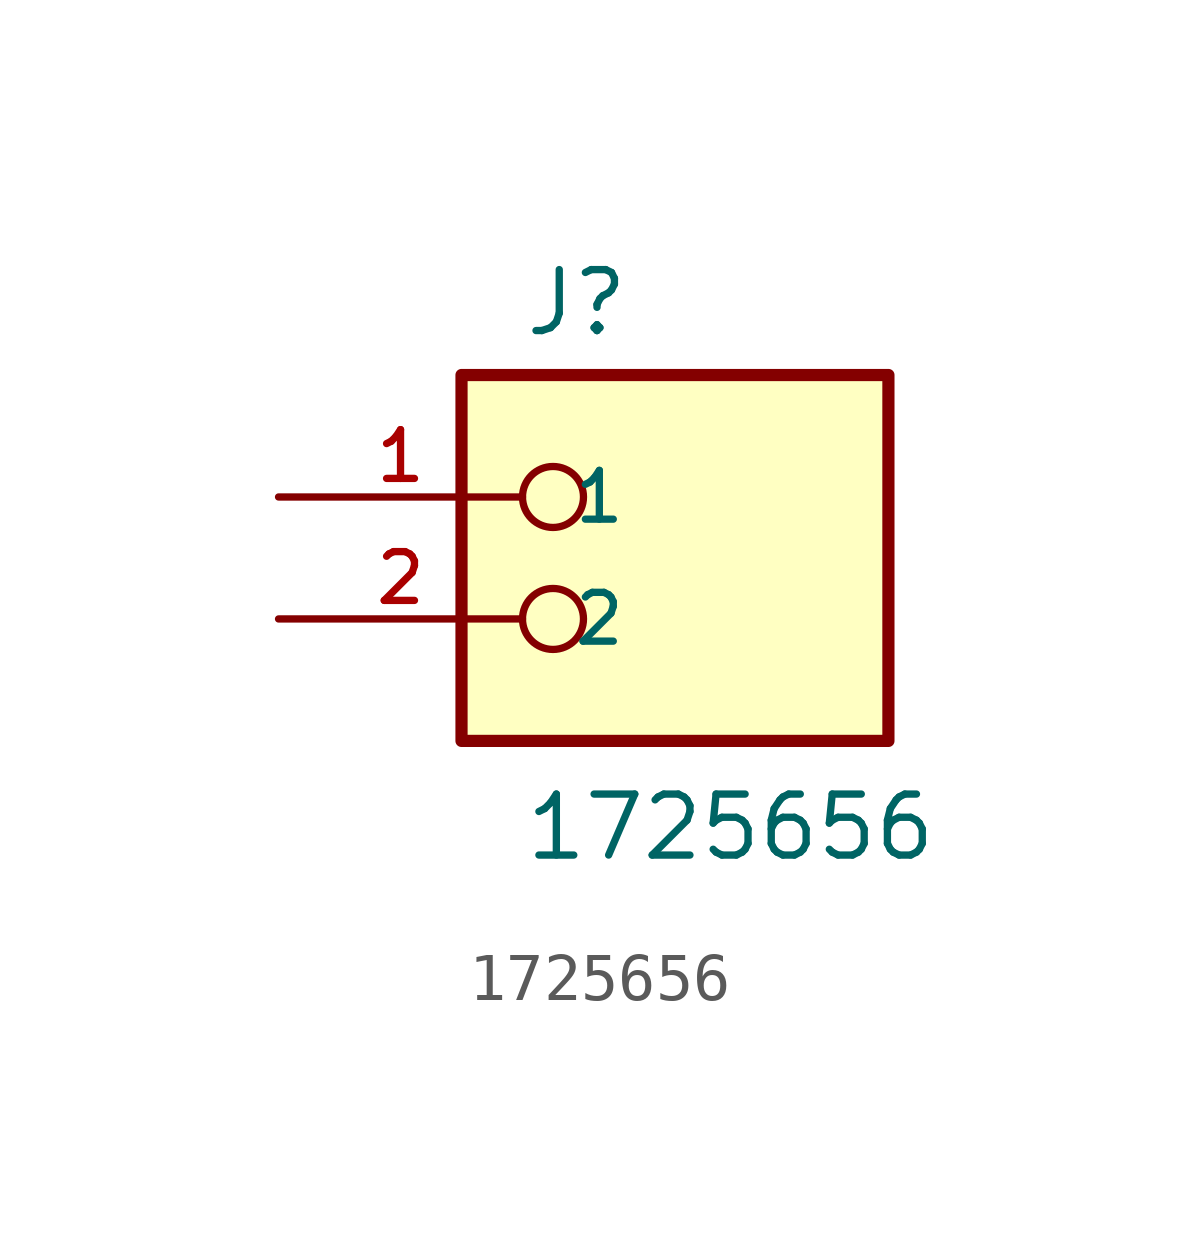
<source format=kicad_sym>
(kicad_symbol_lib
  (version 20211014)
  (generator kicad_symbol_editor)
  (symbol "1725656"
    (pin_names
      (offset 1.016))
    (property "Reference" "J"
      (at -2.54 5.842 0)
      (effects (font (size 1.27 1.27)) (justify bottom left)))
    (property "Value" "1725656"
      (at -2.54 -5.08 0)
      (effects (font (size 1.27 1.27)) (justify bottom left)))
    (symbol "1725656_0_0"
      (circle (center -1.905 2.54) (radius 0.635) (stroke (width 0.152)) (fill (type none)))
      (circle (center -1.905 0.0) (radius 0.635) (stroke (width 0.152)) (fill (type none)))
      (rectangle (start -3.81 -2.54) (end 5.08 5.08) (stroke (width 0.254)) (fill (type background)))
      (pin passive line (at -7.62 2.54 0) (length 5.08) (name "1" (effects (font (size 1.016 1.016)))) (number "1" (effects (font (size 1.016 1.016)))))
      (pin passive line (at -7.62 0.0 0) (length 5.08) (name "2" (effects (font (size 1.016 1.016)))) (number "2" (effects (font (size 1.016 1.016))))))))
</source>
